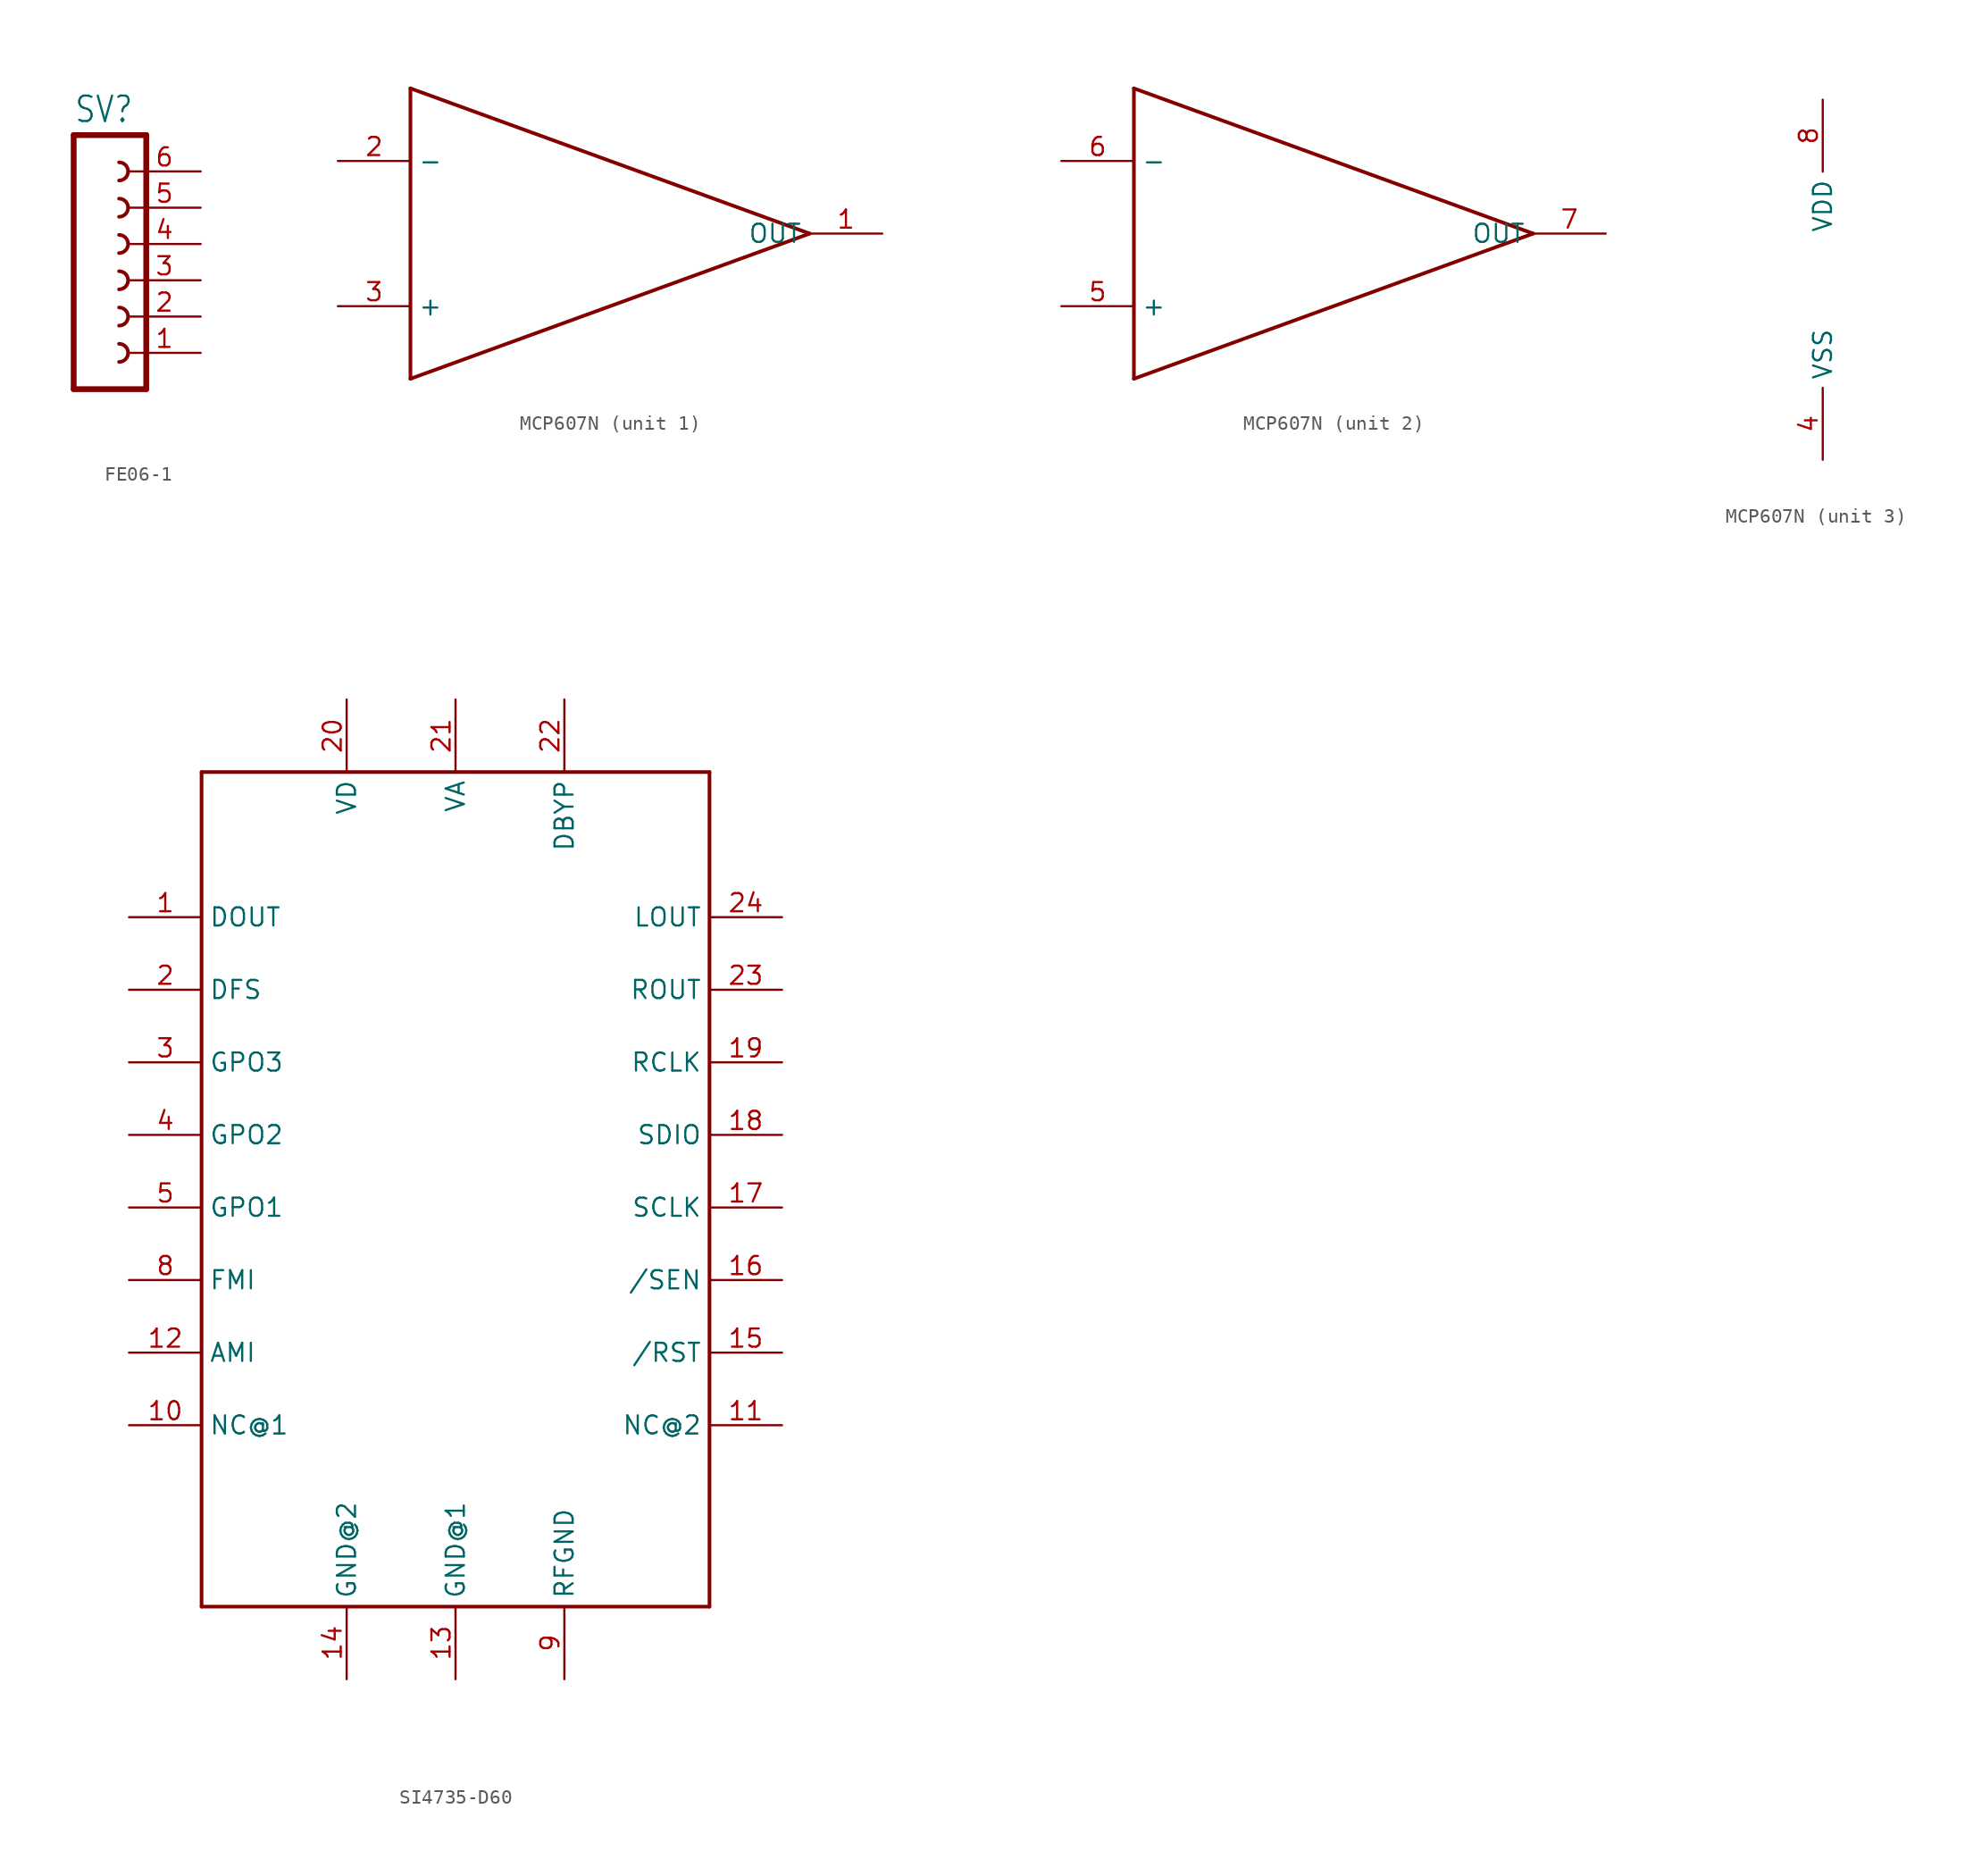
<source format=kicad_sym>
(kicad_symbol_lib
  (version 20231120)
  (generator "kicad_symbol_editor")
  (generator_version "8.0")
  (symbol "FE06-1"
    (property "Reference" "SV"
      (at -1.27 10.922 0)
      (effects (font (size 1.778 1.511)) (justify left bottom)))
    (property "Value" ""
      (at -1.27 -10.16 0)
      (effects (font (size 1.778 1.511)) (justify left bottom)))
    (property "ki_locked" ""
      (at 0 0 0)
      (effects (font (size 1.27 1.27))))
    (symbol "FE06-1_1_0"
      (polyline (pts (xy -1.27 10.16) (xy -1.27 -7.62)) (stroke (width 0.406) (type solid)) (fill (type none)))
      (polyline (pts (xy -1.27 10.16) (xy 3.81 10.16)) (stroke (width 0.406) (type solid)) (fill (type none)))
      (polyline (pts (xy 3.81 -7.62) (xy -1.27 -7.62)) (stroke (width 0.406) (type solid)) (fill (type none)))
      (polyline (pts (xy 3.81 -7.62) (xy 3.81 10.16)) (stroke (width 0.406) (type solid)) (fill (type none)))
      (arc (start 1.905 -5.715) (mid 2.54 -5.08) (end 1.905 -4.445) (stroke (width 0.254) (type solid)) (fill (type none)))
      (arc (start 1.905 -3.175) (mid 2.54 -2.54) (end 1.905 -1.905) (stroke (width 0.254) (type solid)) (fill (type none)))
      (arc (start 1.905 -0.635) (mid 2.54 0) (end 1.905 0.635) (stroke (width 0.254) (type solid)) (fill (type none)))
      (arc (start 1.905 1.905) (mid 2.54 2.54) (end 1.905 3.175) (stroke (width 0.254) (type solid)) (fill (type none)))
      (arc (start 1.905 4.445) (mid 2.54 5.08) (end 1.905 5.715) (stroke (width 0.254) (type solid)) (fill (type none)))
      (arc (start 1.905 6.985) (mid 2.54 7.62) (end 1.905 8.255) (stroke (width 0.254) (type solid)) (fill (type none)))
      (pin passive line (at 7.62 -5.08 180) (length 5.08) (name "1" (effects (font (size 0 0)))) (number "1" (effects (font (size 1.27 1.27)))))
      (pin passive line (at 7.62 -2.54 180) (length 5.08) (name "2" (effects (font (size 0 0)))) (number "2" (effects (font (size 1.27 1.27)))))
      (pin passive line (at 7.62 0 180) (length 5.08) (name "3" (effects (font (size 0 0)))) (number "3" (effects (font (size 1.27 1.27)))))
      (pin passive line (at 7.62 2.54 180) (length 5.08) (name "4" (effects (font (size 0 0)))) (number "4" (effects (font (size 1.27 1.27)))))
      (pin passive line (at 7.62 5.08 180) (length 5.08) (name "5" (effects (font (size 0 0)))) (number "5" (effects (font (size 1.27 1.27)))))
      (pin passive line (at 7.62 7.62 180) (length 5.08) (name "6" (effects (font (size 0 0)))) (number "6" (effects (font (size 1.27 1.27)))))))
  (symbol "MCP607N"
    (property "Reference" ""
      (at -5.08 0 0)
      (effects (font (size 1.778 1.511)) (justify left bottom) (hide yes)))
    (property "ki_locked" ""
      (at 0 0 0)
      (effects (font (size 1.27 1.27))))
    (symbol "MCP607N_1_0"
      (polyline (pts (xy -17.78 -2.54) (xy 10.16 7.62)) (stroke (width 0.254) (type solid)) (fill (type none)))
      (polyline (pts (xy -17.78 17.78) (xy -17.78 -2.54)) (stroke (width 0.254) (type solid)) (fill (type none)))
      (polyline (pts (xy 10.16 7.62) (xy -17.78 17.78)) (stroke (width 0.254) (type solid)) (fill (type none)))
      (pin output line (at 15.24 7.62 180) (length 5.08) (name "OUT" (effects (font (size 1.27 1.27)))) (number "1" (effects (font (size 1.27 1.27)))))
      (pin input line (at -22.86 12.7 0) (length 5.08) (name "-" (effects (font (size 1.27 1.27)))) (number "2" (effects (font (size 1.27 1.27)))))
      (pin input line (at -22.86 2.54 0) (length 5.08) (name "+" (effects (font (size 1.27 1.27)))) (number "3" (effects (font (size 1.27 1.27))))))
    (symbol "MCP607N_2_0"
      (polyline (pts (xy -17.78 -2.54) (xy 10.16 7.62)) (stroke (width 0.254) (type solid)) (fill (type none)))
      (polyline (pts (xy -17.78 17.78) (xy -17.78 -2.54)) (stroke (width 0.254) (type solid)) (fill (type none)))
      (polyline (pts (xy 10.16 7.62) (xy -17.78 17.78)) (stroke (width 0.254) (type solid)) (fill (type none)))
      (pin input line (at -22.86 2.54 0) (length 5.08) (name "+" (effects (font (size 1.27 1.27)))) (number "5" (effects (font (size 1.27 1.27)))))
      (pin input line (at -22.86 12.7 0) (length 5.08) (name "-" (effects (font (size 1.27 1.27)))) (number "6" (effects (font (size 1.27 1.27)))))
      (pin output line (at 15.24 7.62 180) (length 5.08) (name "OUT" (effects (font (size 1.27 1.27)))) (number "7" (effects (font (size 1.27 1.27))))))
    (symbol "MCP607N_3_0"
      (pin power_in line (at 0 -12.7 90) (length 5.08) (name "VSS" (effects (font (size 1.27 1.27)))) (number "4" (effects (font (size 1.27 1.27)))))
      (pin power_in line (at 0 12.7 270) (length 5.08) (name "VDD" (effects (font (size 1.27 1.27)))) (number "8" (effects (font (size 1.27 1.27)))))))
  (symbol "SI4735-D60"
    (property "Reference" ""
      (at 0 0 0)
      (effects (font (size 1.27 1.27)) (hide yes)))
    (property "ki_locked" ""
      (at 0 0 0)
      (effects (font (size 1.27 1.27))))
    (symbol "SI4735-D60_1_0"
      (polyline (pts (xy -5.08 -45.72) (xy -5.08 12.7)) (stroke (width 0.254) (type solid)) (fill (type none)))
      (polyline (pts (xy -5.08 12.7) (xy 30.48 12.7)) (stroke (width 0.254) (type solid)) (fill (type none)))
      (polyline (pts (xy 30.48 -45.72) (xy -5.08 -45.72)) (stroke (width 0.254) (type solid)) (fill (type none)))
      (polyline (pts (xy 30.48 12.7) (xy 30.48 -45.72)) (stroke (width 0.254) (type solid)) (fill (type none)))
      (pin output line (at -10.16 2.54 0) (length 5.08) (name "DOUT" (effects (font (size 1.27 1.27)))) (number "1" (effects (font (size 1.27 1.27)))))
      (pin power_in line (at -10.16 -33.02 0) (length 5.08) (name "NC@1" (effects (font (size 1.27 1.27)))) (number "10" (effects (font (size 1.27 1.27)))))
      (pin power_in line (at 35.56 -33.02 180) (length 5.08) (name "NC@2" (effects (font (size 1.27 1.27)))) (number "11" (effects (font (size 1.27 1.27)))))
      (pin input line (at -10.16 -27.94 0) (length 5.08) (name "AMI" (effects (font (size 1.27 1.27)))) (number "12" (effects (font (size 1.27 1.27)))))
      (pin power_in line (at 12.7 -50.8 90) (length 5.08) (name "GND@1" (effects (font (size 1.27 1.27)))) (number "13" (effects (font (size 1.27 1.27)))))
      (pin power_in line (at 5.08 -50.8 90) (length 5.08) (name "GND@2" (effects (font (size 1.27 1.27)))) (number "14" (effects (font (size 1.27 1.27)))))
      (pin input line (at 35.56 -27.94 180) (length 5.08) (name "/RST" (effects (font (size 1.27 1.27)))) (number "15" (effects (font (size 1.27 1.27)))))
      (pin input line (at 35.56 -22.86 180) (length 5.08) (name "/SEN" (effects (font (size 1.27 1.27)))) (number "16" (effects (font (size 1.27 1.27)))))
      (pin input line (at 35.56 -17.78 180) (length 5.08) (name "SCLK" (effects (font (size 1.27 1.27)))) (number "17" (effects (font (size 1.27 1.27)))))
      (pin bidirectional line (at 35.56 -12.7 180) (length 5.08) (name "SDIO" (effects (font (size 1.27 1.27)))) (number "18" (effects (font (size 1.27 1.27)))))
      (pin power_in line (at 35.56 -7.62 180) (length 5.08) (name "RCLK" (effects (font (size 1.27 1.27)))) (number "19" (effects (font (size 1.27 1.27)))))
      (pin input line (at -10.16 -2.54 0) (length 5.08) (name "DFS" (effects (font (size 1.27 1.27)))) (number "2" (effects (font (size 1.27 1.27)))))
      (pin power_in line (at 5.08 17.78 270) (length 5.08) (name "VD" (effects (font (size 1.27 1.27)))) (number "20" (effects (font (size 1.27 1.27)))))
      (pin power_in line (at 12.7 17.78 270) (length 5.08) (name "VA" (effects (font (size 1.27 1.27)))) (number "21" (effects (font (size 1.27 1.27)))))
      (pin power_in line (at 20.32 17.78 270) (length 5.08) (name "DBYP" (effects (font (size 1.27 1.27)))) (number "22" (effects (font (size 1.27 1.27)))))
      (pin power_in line (at 35.56 -2.54 180) (length 5.08) (name "ROUT" (effects (font (size 1.27 1.27)))) (number "23" (effects (font (size 1.27 1.27)))))
      (pin power_in line (at 35.56 2.54 180) (length 5.08) (name "LOUT" (effects (font (size 1.27 1.27)))) (number "24" (effects (font (size 1.27 1.27)))))
      (pin power_in line (at -10.16 -7.62 0) (length 5.08) (name "GPO3" (effects (font (size 1.27 1.27)))) (number "3" (effects (font (size 1.27 1.27)))))
      (pin power_in line (at -10.16 -12.7 0) (length 5.08) (name "GPO2" (effects (font (size 1.27 1.27)))) (number "4" (effects (font (size 1.27 1.27)))))
      (pin power_in line (at -10.16 -17.78 0) (length 5.08) (name "GPO1" (effects (font (size 1.27 1.27)))) (number "5" (effects (font (size 1.27 1.27)))))
      (pin input line (at -10.16 -22.86 0) (length 5.08) (name "FMI" (effects (font (size 1.27 1.27)))) (number "8" (effects (font (size 1.27 1.27)))))
      (pin power_in line (at 20.32 -50.8 90) (length 5.08) (name "RFGND" (effects (font (size 1.27 1.27)))) (number "9" (effects (font (size 1.27 1.27))))))))
</source>
